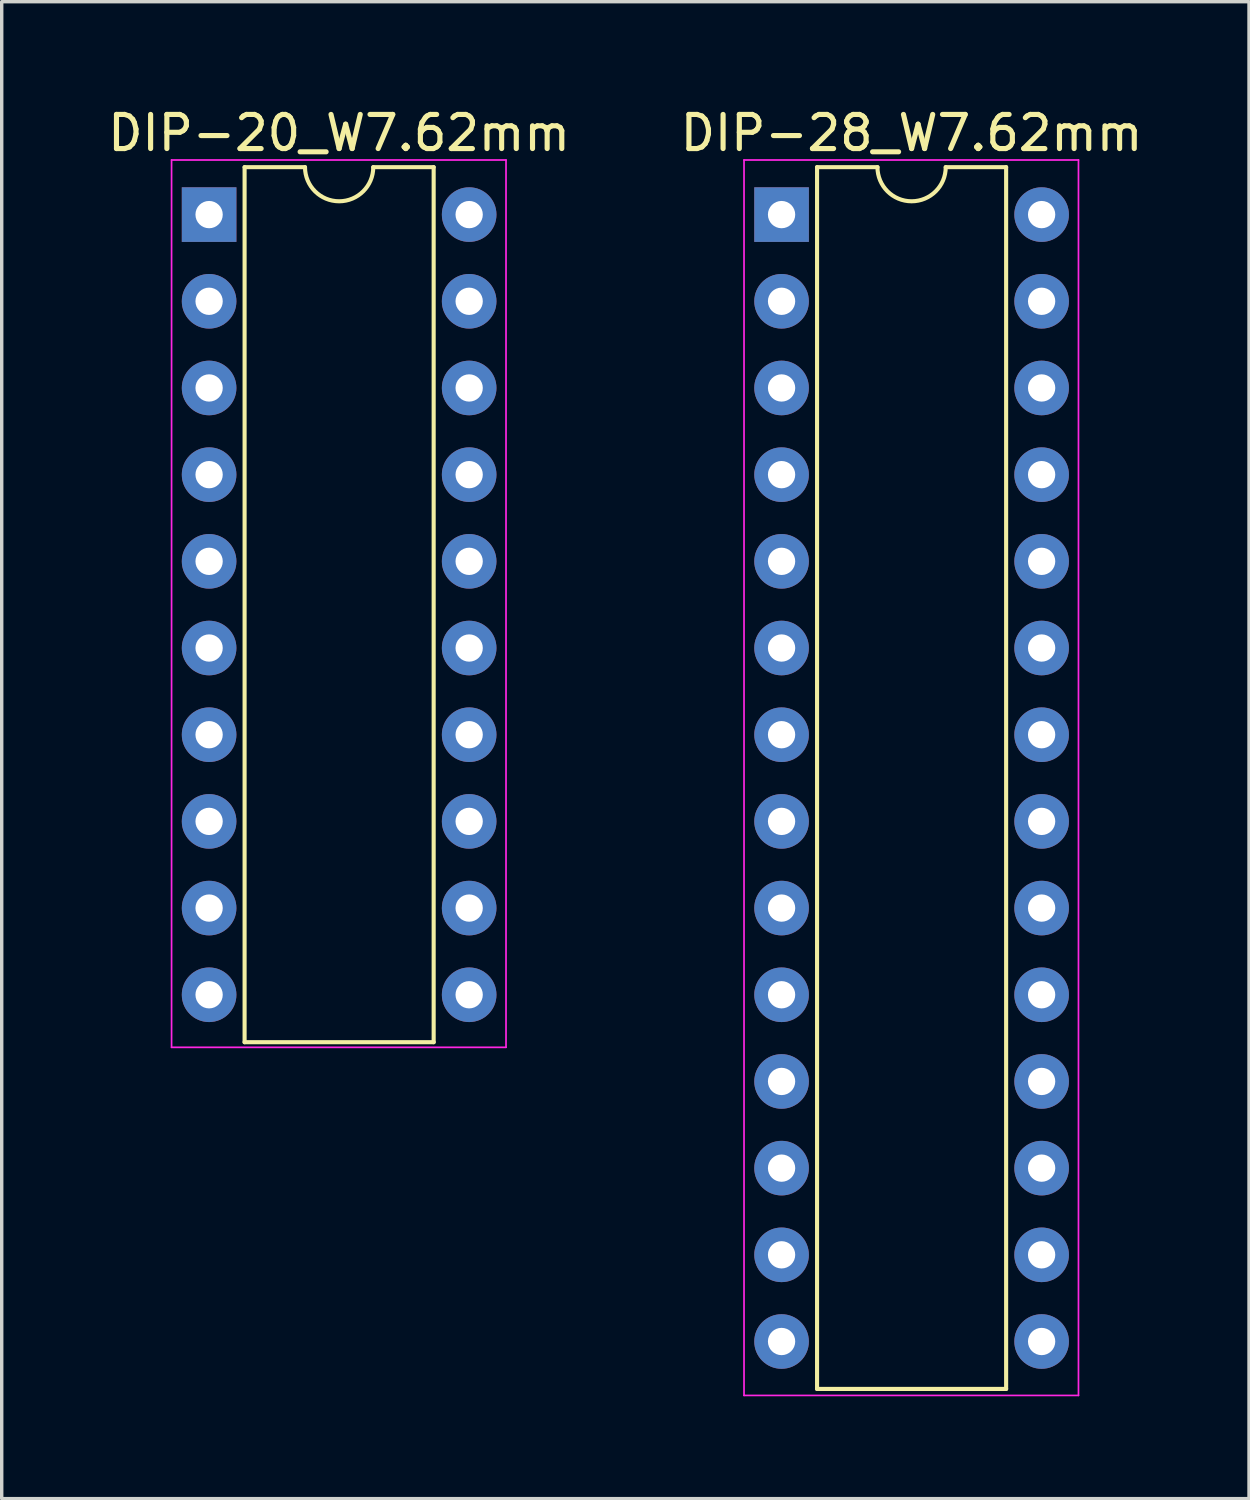
<source format=kicad_pcb>
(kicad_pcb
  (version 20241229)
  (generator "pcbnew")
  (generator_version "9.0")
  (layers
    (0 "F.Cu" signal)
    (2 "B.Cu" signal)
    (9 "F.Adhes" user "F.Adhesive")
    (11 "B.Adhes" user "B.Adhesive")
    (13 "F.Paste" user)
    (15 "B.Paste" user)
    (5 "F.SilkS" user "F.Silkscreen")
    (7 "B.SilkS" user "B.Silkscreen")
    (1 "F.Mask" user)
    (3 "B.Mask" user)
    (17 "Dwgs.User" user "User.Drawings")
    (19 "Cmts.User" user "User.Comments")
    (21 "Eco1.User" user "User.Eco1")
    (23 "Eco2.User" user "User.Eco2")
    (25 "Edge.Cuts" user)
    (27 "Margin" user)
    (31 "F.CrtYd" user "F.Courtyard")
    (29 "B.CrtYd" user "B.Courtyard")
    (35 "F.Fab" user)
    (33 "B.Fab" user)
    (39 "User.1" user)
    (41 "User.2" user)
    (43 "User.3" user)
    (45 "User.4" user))
  (footprint "DIP-20_W7.62mm"
    (layer "F.Cu")
    (at 3.077 3.243)
    (property "Reference" "DIP-20_W7.62mm" (at 3.81 -2.395 0) (layer "F.SilkS") (effects (font (size 1 1) (thickness 0.15))))
    (attr through_hole)
    (fp_line (start 1.04 -1.395) (end 1.04 24.245) (stroke (width 0.12) (type solid)) (layer "F.SilkS"))
    (fp_line (start 1.04 24.245) (end 6.58 24.245) (stroke (width 0.12) (type solid)) (layer "F.SilkS"))
    (fp_line (start 2.81 -1.395) (end 1.04 -1.395) (stroke (width 0.12) (type solid)) (layer "F.SilkS"))
    (fp_line (start 6.58 -1.395) (end 4.81 -1.395) (stroke (width 0.12) (type solid)) (layer "F.SilkS"))
    (fp_line (start 6.58 24.245) (end 6.58 -1.395) (stroke (width 0.12) (type solid)) (layer "F.SilkS"))
    (fp_arc (start 4.81 -1.395) (mid 3.81 -0.395) (end 2.81 -1.395) (stroke (width 0.12) (type solid)) (layer "F.SilkS"))
    (fp_line (start -1.1 -1.605) (end -1.1 24.395) (stroke (width 0.05) (type solid)) (layer "F.CrtYd"))
    (fp_line (start -1.1 24.395) (end 8.7 24.395) (stroke (width 0.05) (type solid)) (layer "F.CrtYd"))
    (fp_line (start 8.7 -1.605) (end -1.1 -1.605) (stroke (width 0.05) (type solid)) (layer "F.CrtYd"))
    (fp_line (start 8.7 24.395) (end 8.7 -1.605) (stroke (width 0.05) (type solid)) (layer "F.CrtYd"))
    (fp_text user "" (at 3.81 11.425 0) (layer "F.SilkS") (effects (font (size 1 1) (thickness 0.15))))
    (pad "1" thru_hole rect (at 0 -0.005) (size 1.6 1.6) (drill 0.8) (layers "*.Cu" "*.Mask"))
    (pad "2" thru_hole oval (at 0 2.535) (size 1.6 1.6) (drill 0.8) (layers "*.Cu" "*.Mask"))
    (pad "3" thru_hole oval (at 0 5.075) (size 1.6 1.6) (drill 0.8) (layers "*.Cu" "*.Mask"))
    (pad "4" thru_hole oval (at 0 7.615) (size 1.6 1.6) (drill 0.8) (layers "*.Cu" "*.Mask"))
    (pad "5" thru_hole oval (at 0 10.155) (size 1.6 1.6) (drill 0.8) (layers "*.Cu" "*.Mask"))
    (pad "6" thru_hole oval (at 0 12.695) (size 1.6 1.6) (drill 0.8) (layers "*.Cu" "*.Mask"))
    (pad "7" thru_hole oval (at 0 15.235) (size 1.6 1.6) (drill 0.8) (layers "*.Cu" "*.Mask"))
    (pad "8" thru_hole oval (at 0 17.775) (size 1.6 1.6) (drill 0.8) (layers "*.Cu" "*.Mask"))
    (pad "9" thru_hole oval (at 0 20.315) (size 1.6 1.6) (drill 0.8) (layers "*.Cu" "*.Mask"))
    (pad "10" thru_hole oval (at 0 22.855) (size 1.6 1.6) (drill 0.8) (layers "*.Cu" "*.Mask"))
    (pad "11" thru_hole oval (at 7.62 22.855) (size 1.6 1.6) (drill 0.8) (layers "*.Cu" "*.Mask"))
    (pad "12" thru_hole oval (at 7.62 20.315) (size 1.6 1.6) (drill 0.8) (layers "*.Cu" "*.Mask"))
    (pad "13" thru_hole oval (at 7.62 17.775) (size 1.6 1.6) (drill 0.8) (layers "*.Cu" "*.Mask"))
    (pad "14" thru_hole oval (at 7.62 15.235) (size 1.6 1.6) (drill 0.8) (layers "*.Cu" "*.Mask"))
    (pad "15" thru_hole oval (at 7.62 12.695) (size 1.6 1.6) (drill 0.8) (layers "*.Cu" "*.Mask"))
    (pad "16" thru_hole oval (at 7.62 10.155) (size 1.6 1.6) (drill 0.8) (layers "*.Cu" "*.Mask"))
    (pad "17" thru_hole oval (at 7.62 7.615) (size 1.6 1.6) (drill 0.8) (layers "*.Cu" "*.Mask"))
    (pad "18" thru_hole oval (at 7.62 5.075) (size 1.6 1.6) (drill 0.8) (layers "*.Cu" "*.Mask"))
    (pad "19" thru_hole oval (at 7.62 2.535) (size 1.6 1.6) (drill 0.8) (layers "*.Cu" "*.Mask"))
    (pad "20" thru_hole oval (at 7.62 -0.005) (size 1.6 1.6) (drill 0.8) (layers "*.Cu" "*.Mask")))
  (footprint "DIP-28_W7.62mm"
    (layer "F.Cu")
    (at 19.851 3.238)
    (property "Reference" "DIP-28_W7.62mm" (at 3.81 -2.39 0) (layer "F.SilkS") (effects (font (size 1 1) (thickness 0.15))))
    (attr through_hole)
    (fp_line (start 1.04 -1.39) (end 1.04 34.41) (stroke (width 0.12) (type solid)) (layer "F.SilkS"))
    (fp_line (start 1.04 34.41) (end 6.58 34.41) (stroke (width 0.12) (type solid)) (layer "F.SilkS"))
    (fp_line (start 2.81 -1.39) (end 1.04 -1.39) (stroke (width 0.12) (type solid)) (layer "F.SilkS"))
    (fp_line (start 6.58 -1.39) (end 4.81 -1.39) (stroke (width 0.12) (type solid)) (layer "F.SilkS"))
    (fp_line (start 6.58 34.41) (end 6.58 -1.39) (stroke (width 0.12) (type solid)) (layer "F.SilkS"))
    (fp_arc (start 4.81 -1.39) (mid 3.81 -0.39) (end 2.81 -1.39) (stroke (width 0.12) (type solid)) (layer "F.SilkS"))
    (fp_line (start -1.1 -1.6) (end -1.1 34.6) (stroke (width 0.05) (type solid)) (layer "F.CrtYd"))
    (fp_line (start -1.1 34.6) (end 8.7 34.6) (stroke (width 0.05) (type solid)) (layer "F.CrtYd"))
    (fp_line (start 8.7 -1.6) (end -1.1 -1.6) (stroke (width 0.05) (type solid)) (layer "F.CrtYd"))
    (fp_line (start 8.7 34.6) (end 8.7 -1.6) (stroke (width 0.05) (type solid)) (layer "F.CrtYd"))
    (fp_text user "" (at 3.81 16.51 0) (layer "F.SilkS") (effects (font (size 1 1) (thickness 0.15))))
    (pad "1" thru_hole rect (at 0 0) (size 1.6 1.6) (drill 0.8) (layers "*.Cu" "*.Mask"))
    (pad "2" thru_hole oval (at 0 2.54) (size 1.6 1.6) (drill 0.8) (layers "*.Cu" "*.Mask"))
    (pad "3" thru_hole oval (at 0 5.08) (size 1.6 1.6) (drill 0.8) (layers "*.Cu" "*.Mask"))
    (pad "4" thru_hole oval (at 0 7.62) (size 1.6 1.6) (drill 0.8) (layers "*.Cu" "*.Mask"))
    (pad "5" thru_hole oval (at 0 10.16) (size 1.6 1.6) (drill 0.8) (layers "*.Cu" "*.Mask"))
    (pad "6" thru_hole oval (at 0 12.7) (size 1.6 1.6) (drill 0.8) (layers "*.Cu" "*.Mask"))
    (pad "7" thru_hole oval (at 0 15.24) (size 1.6 1.6) (drill 0.8) (layers "*.Cu" "*.Mask"))
    (pad "8" thru_hole oval (at 0 17.78) (size 1.6 1.6) (drill 0.8) (layers "*.Cu" "*.Mask"))
    (pad "9" thru_hole oval (at 0 20.32) (size 1.6 1.6) (drill 0.8) (layers "*.Cu" "*.Mask"))
    (pad "10" thru_hole oval (at 0 22.86) (size 1.6 1.6) (drill 0.8) (layers "*.Cu" "*.Mask"))
    (pad "11" thru_hole oval (at 0 25.4) (size 1.6 1.6) (drill 0.8) (layers "*.Cu" "*.Mask"))
    (pad "12" thru_hole oval (at 0 27.94) (size 1.6 1.6) (drill 0.8) (layers "*.Cu" "*.Mask"))
    (pad "13" thru_hole oval (at 0 30.48) (size 1.6 1.6) (drill 0.8) (layers "*.Cu" "*.Mask"))
    (pad "14" thru_hole oval (at 0 33.02) (size 1.6 1.6) (drill 0.8) (layers "*.Cu" "*.Mask"))
    (pad "15" thru_hole oval (at 7.62 33.02) (size 1.6 1.6) (drill 0.8) (layers "*.Cu" "*.Mask"))
    (pad "16" thru_hole oval (at 7.62 30.48) (size 1.6 1.6) (drill 0.8) (layers "*.Cu" "*.Mask"))
    (pad "17" thru_hole oval (at 7.62 27.94) (size 1.6 1.6) (drill 0.8) (layers "*.Cu" "*.Mask"))
    (pad "18" thru_hole oval (at 7.62 25.4) (size 1.6 1.6) (drill 0.8) (layers "*.Cu" "*.Mask"))
    (pad "19" thru_hole oval (at 7.62 22.86) (size 1.6 1.6) (drill 0.8) (layers "*.Cu" "*.Mask"))
    (pad "20" thru_hole oval (at 7.62 20.32) (size 1.6 1.6) (drill 0.8) (layers "*.Cu" "*.Mask"))
    (pad "21" thru_hole oval (at 7.62 17.78) (size 1.6 1.6) (drill 0.8) (layers "*.Cu" "*.Mask"))
    (pad "22" thru_hole oval (at 7.62 15.24) (size 1.6 1.6) (drill 0.8) (layers "*.Cu" "*.Mask"))
    (pad "23" thru_hole oval (at 7.62 12.7) (size 1.6 1.6) (drill 0.8) (layers "*.Cu" "*.Mask"))
    (pad "24" thru_hole oval (at 7.62 10.16) (size 1.6 1.6) (drill 0.8) (layers "*.Cu" "*.Mask"))
    (pad "25" thru_hole oval (at 7.62 7.62) (size 1.6 1.6) (drill 0.8) (layers "*.Cu" "*.Mask"))
    (pad "26" thru_hole oval (at 7.62 5.08) (size 1.6 1.6) (drill 0.8) (layers "*.Cu" "*.Mask"))
    (pad "27" thru_hole oval (at 7.62 2.54) (size 1.6 1.6) (drill 0.8) (layers "*.Cu" "*.Mask"))
    (pad "28" thru_hole oval (at 7.62 0) (size 1.6 1.6) (drill 0.8) (layers "*.Cu" "*.Mask")))
  (gr_rect
    (start -3 -3)
    (end 33.548 40.863)
    (stroke (width 0.1) (type default))
    (fill no)
    (layer "Edge.Cuts")))
</source>
